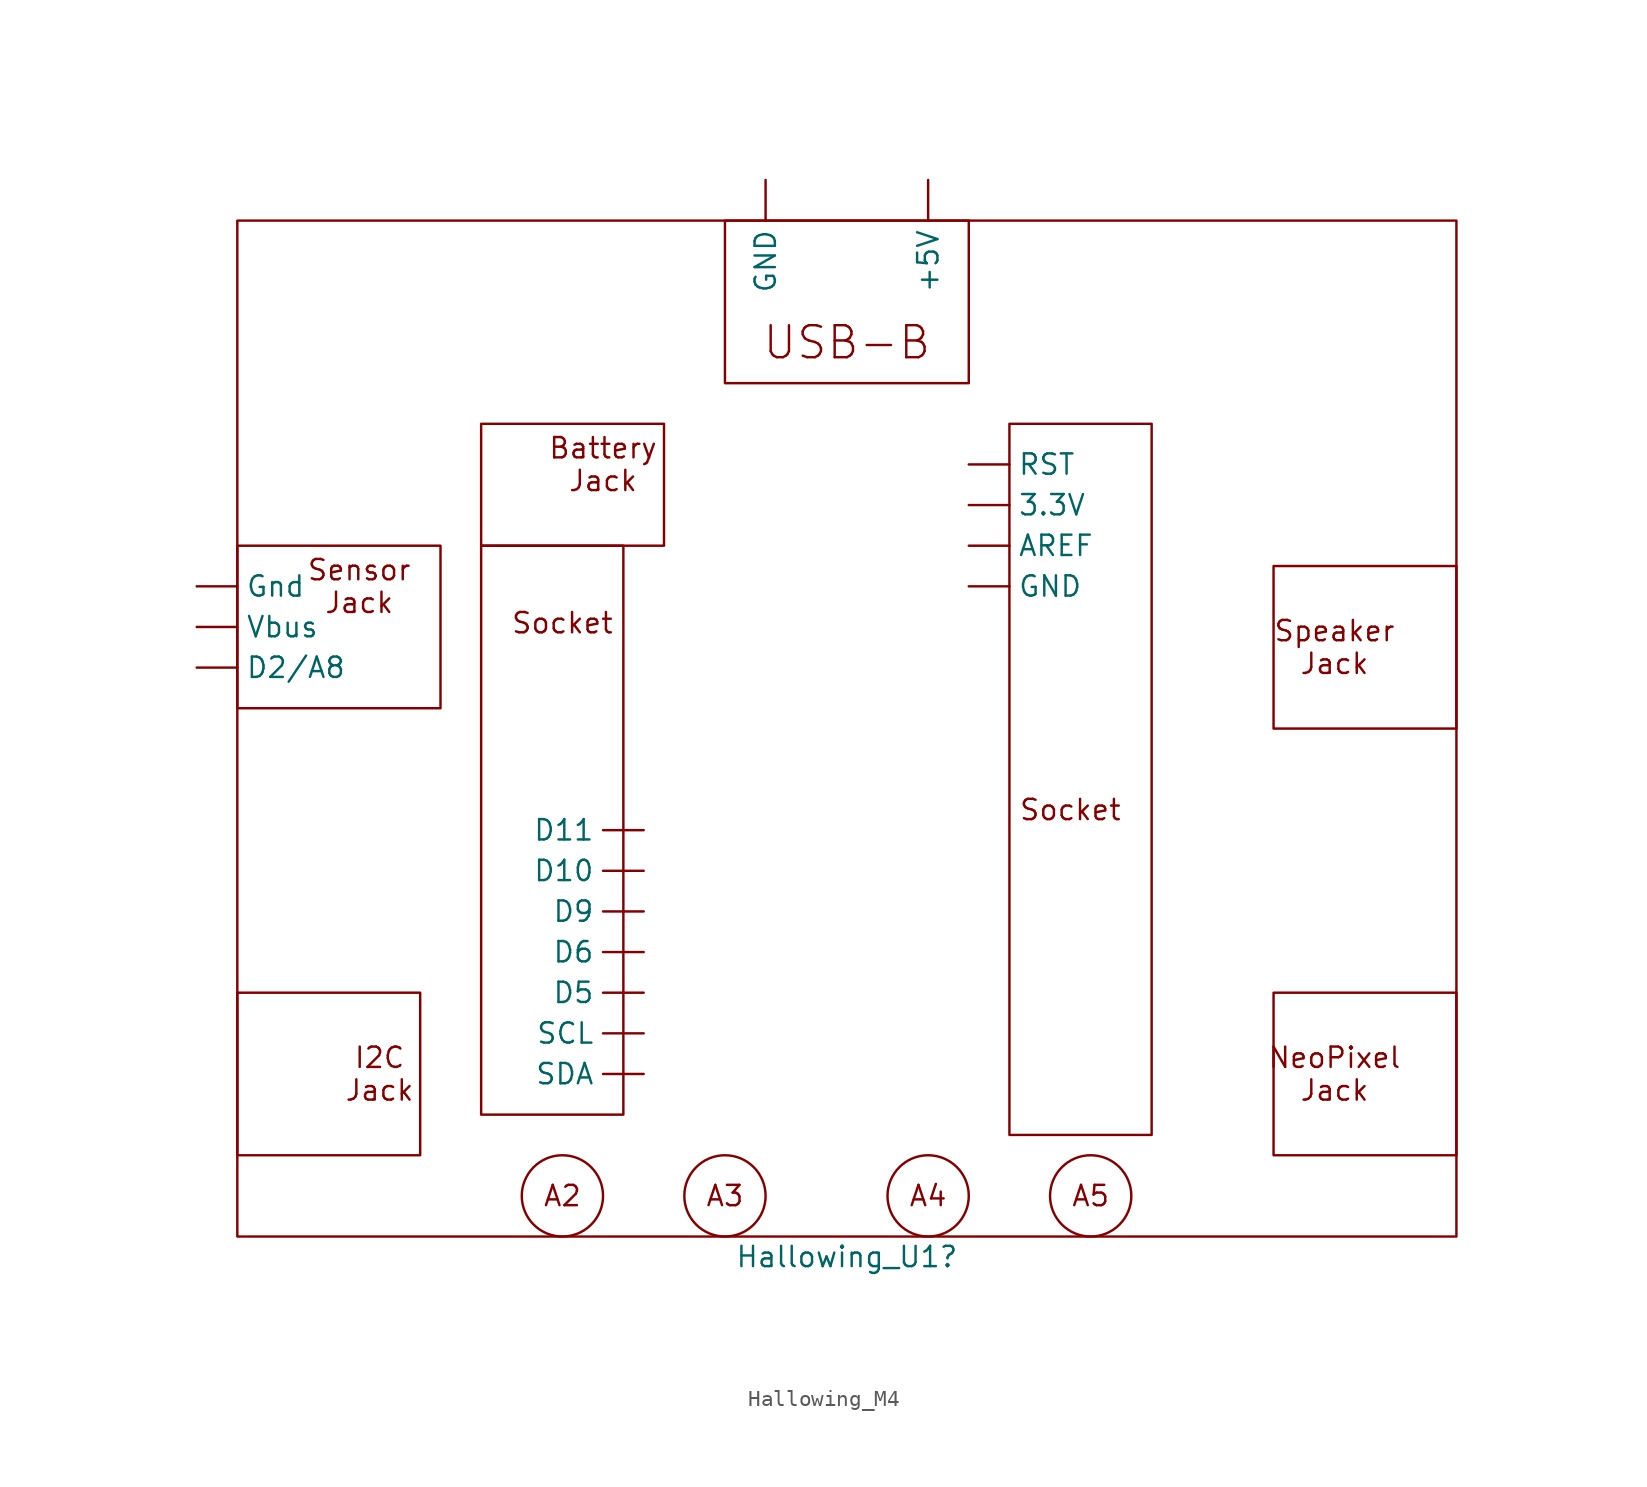
<source format=kicad_sym>
(kicad_symbol_lib
  (version 20231120)
  (generator "kicad_symbol_editor")
  (generator_version "8.0")
  (symbol "Hallowing_M4"
    (pin_numbers hide)
    (property "Reference" "Hallowing_U1"
      (at 0 -64.77 0)
      (effects (font (size 1.27 1.27))))
    (property "Value" ""
      (at 0 0 0)
      (effects (font (size 1.27 1.27))))
    (symbol "Hallowing_M4_0_1"
      (rectangle (start -38.1 0) (end 38.1 -63.5) (stroke (width 0) (type default)) (fill (type none)))
      (rectangle (start -7.62 0) (end 7.62 -10.16) (stroke (width 0) (type default)) (fill (type none))))
    (symbol "Hallowing_M4_1_1"
      (rectangle (start -38.1 -48.26) (end -26.67 -58.42) (stroke (width 0) (type default)) (fill (type none)))
      (rectangle (start -38.1 -20.32) (end -25.4 -30.48) (stroke (width 0) (type default)) (fill (type none)))
      (rectangle (start -22.86 -20.32) (end -13.97 -55.88) (stroke (width 0) (type default)) (fill (type none)))
      (rectangle (start -22.86 -12.7) (end -11.43 -20.32) (stroke (width 0) (type default)) (fill (type none)))
      (circle (center -17.78 -60.96) (radius 2.54) (stroke (width 0) (type default)) (fill (type none)))
      (circle (center -7.62 -60.96) (radius 2.54) (stroke (width 0) (type default)) (fill (type none)))
      (circle (center 5.08 -60.96) (radius 2.54) (stroke (width 0) (type default)) (fill (type none)))
      (rectangle (start 10.16 -12.7) (end 19.05 -57.15) (stroke (width 0) (type default)) (fill (type none)))
      (circle (center 15.24 -60.96) (radius 2.54) (stroke (width 0) (type default)) (fill (type none)))
      (rectangle (start 26.67 -48.26) (end 38.1 -58.42) (stroke (width 0) (type default)) (fill (type none)))
      (rectangle (start 26.67 -21.59) (end 38.1 -31.75) (stroke (width 0) (type default)) (fill (type none)))
      (text "\n\nSocket" (at -17.78 -20.32 0) (effects (font (size 1.27 1.27)) (justify top)))
      (text "A2" (at -17.78 -60.96 0) (effects (font (size 1.27 1.27))))
      (text "A3" (at -7.62 -60.96 0) (effects (font (size 1.27 1.27))))
      (text "A4" (at 5.08 -60.96 0) (effects (font (size 1.27 1.27))))
      (text "A5" (at 15.24 -60.96 0) (effects (font (size 1.27 1.27))))
      (text "Battery\nJack" (at -15.24 -15.24 0) (effects (font (size 1.27 1.27))))
      (text "I2C\nJack" (at -29.21 -53.34 0) (effects (font (size 1.27 1.27))))
      (text "NeoPixel\nJack" (at 30.48 -53.34 0) (effects (font (size 1.27 1.27))))
      (text "Sensor\nJack" (at -30.48 -22.86 0) (effects (font (size 1.27 1.27))))
      (text "Socket" (at 13.97 -36.83 0) (effects (font (size 1.27 1.27))))
      (text "Speaker\nJack" (at 30.48 -26.67 0) (effects (font (size 1.27 1.27))))
      (text "USB-B" (at 0 -7.62 0) (effects (font (size 2 2))))
      (pin power_in line (at 5.08 2.54 270) (length 2.54) (name "+5V" (effects (font (size 1.27 1.27)))) (number "" (effects (font (size 1.27 1.27)))))
      (pin output line (at 7.62 -17.78 0) (length 2.54) (name "3.3V" (effects (font (size 1.27 1.27)))) (number "" (effects (font (size 1.27 1.27)))))
      (pin input line (at 7.62 -20.32 0) (length 2.54) (name "AREF" (effects (font (size 1.27 1.27)))) (number "" (effects (font (size 1.27 1.27)))))
      (pin input line (at -12.7 -40.64 180) (length 2.54) (name "D10" (effects (font (size 1.27 1.27)))) (number "" (effects (font (size 1.27 1.27)))))
      (pin output line (at -12.7 -38.1 180) (length 2.54) (name "D11" (effects (font (size 1.27 1.27)))) (number "" (effects (font (size 1.27 1.27)))))
      (pin input line (at -40.64 -27.94 0) (length 2.54) (name "D2/A8" (effects (font (size 1.27 1.27)))) (number "" (effects (font (size 1.27 1.27)))))
      (pin output line (at -12.7 -48.26 180) (length 2.54) (name "D5" (effects (font (size 1.27 1.27)))) (number "" (effects (font (size 1.27 1.27)))))
      (pin input line (at -12.7 -45.72 180) (length 2.54) (name "D6" (effects (font (size 1.27 1.27)))) (number "" (effects (font (size 1.27 1.27)))))
      (pin output line (at -12.7 -43.18 180) (length 2.54) (name "D9" (effects (font (size 1.27 1.27)))) (number "" (effects (font (size 1.27 1.27)))))
      (pin power_in line (at -5.08 2.54 270) (length 2.54) (name "GND" (effects (font (size 1.27 1.27)))) (number "" (effects (font (size 1.27 1.27)))))
      (pin output line (at 7.62 -22.86 0) (length 2.54) (name "GND" (effects (font (size 1.27 1.27)))) (number "" (effects (font (size 1.27 1.27)))))
      (pin output line (at -40.64 -22.86 0) (length 2.54) (name "Gnd" (effects (font (size 1.27 1.27)))) (number "" (effects (font (size 1.27 1.27)))))
      (pin input line (at 7.62 -15.24 0) (length 2.54) (name "RST" (effects (font (size 1.27 1.27)))) (number "" (effects (font (size 1.27 1.27)))))
      (pin output line (at -12.7 -50.8 180) (length 2.54) (name "SCL" (effects (font (size 1.27 1.27)))) (number "" (effects (font (size 1.27 1.27)))))
      (pin output line (at -12.7 -53.34 180) (length 2.54) (name "SDA" (effects (font (size 1.27 1.27)))) (number "" (effects (font (size 1.27 1.27)))))
      (pin output line (at -40.64 -25.4 0) (length 2.54) (name "Vbus" (effects (font (size 1.27 1.27)))) (number "" (effects (font (size 1.27 1.27))))))))
</source>
